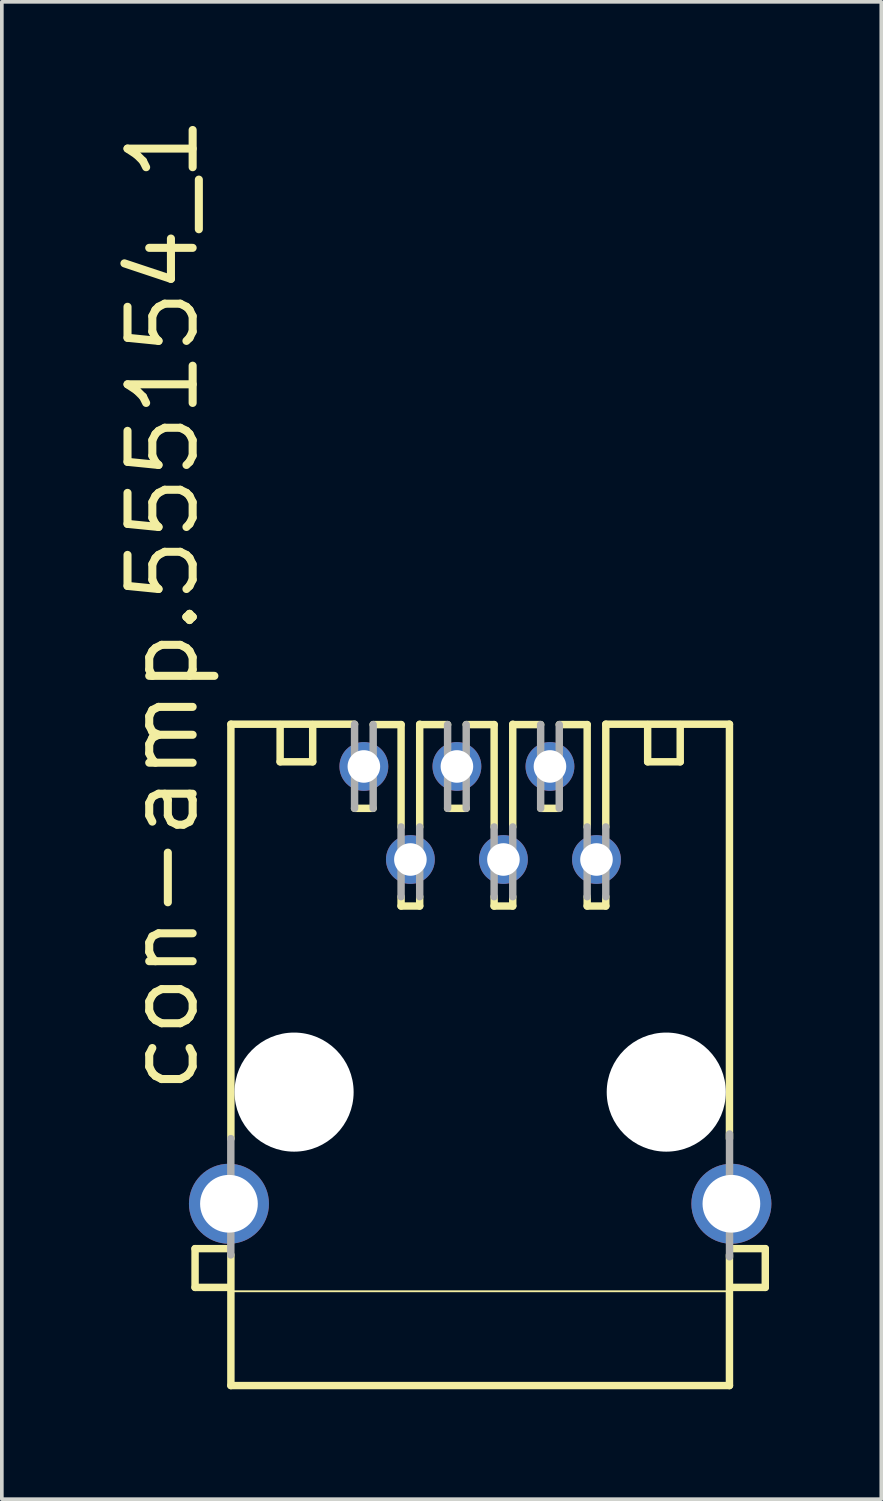
<source format=kicad_pcb>
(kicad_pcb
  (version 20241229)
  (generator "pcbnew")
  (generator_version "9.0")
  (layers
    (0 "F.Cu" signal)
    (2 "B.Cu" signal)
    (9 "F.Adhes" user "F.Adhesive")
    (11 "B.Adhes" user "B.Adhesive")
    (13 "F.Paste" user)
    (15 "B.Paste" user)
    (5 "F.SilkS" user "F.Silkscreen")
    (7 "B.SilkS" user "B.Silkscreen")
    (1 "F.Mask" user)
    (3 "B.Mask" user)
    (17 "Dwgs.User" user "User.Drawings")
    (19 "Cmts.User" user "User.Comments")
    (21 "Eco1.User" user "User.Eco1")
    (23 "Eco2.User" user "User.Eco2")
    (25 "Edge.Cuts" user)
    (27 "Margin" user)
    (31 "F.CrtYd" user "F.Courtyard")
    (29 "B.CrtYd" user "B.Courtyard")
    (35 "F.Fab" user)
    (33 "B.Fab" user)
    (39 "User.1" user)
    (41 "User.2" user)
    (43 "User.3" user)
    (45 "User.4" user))
  (footprint "con-amp.555154_1"
    (layer "F.Cu")
    (at 10.058 26.763)
    (property "Reference" "con-amp.555154_1" (at -7.62 0.127 90) (layer "F.SilkS") (effects (font (size 1.778 1.778) (thickness 0.22)) (justify left bottom)))
    (attr through_hole)
    (fp_line (start -7.783 4.273) (end -6.829 4.273) (stroke (width 0.203) (type default)) (layer "F.SilkS"))
    (fp_line (start -7.783 5.331) (end -7.783 4.273) (stroke (width 0.203) (type default)) (layer "F.SilkS"))
    (fp_line (start -6.858 5.436) (end 6.858 5.436) (stroke (width 0.051) (type default)) (layer "F.SilkS"))
    (fp_line (start -6.828 5.331) (end -7.783 5.331) (stroke (width 0.203) (type default)) (layer "F.SilkS"))
    (fp_line (start -6.805 -10.043) (end -3.429 -10.043) (stroke (width 0.203) (type default)) (layer "F.SilkS"))
    (fp_line (start -6.805 1.27) (end -6.805 -10.043) (stroke (width 0.203) (type default)) (layer "F.SilkS"))
    (fp_line (start -6.805 8.011) (end -6.805 4.445) (stroke (width 0.203) (type default)) (layer "F.SilkS"))
    (fp_line (start -5.461 -10.033) (end -5.461 -9.017) (stroke (width 0.203) (type default)) (layer "F.SilkS"))
    (fp_line (start -5.461 -9.017) (end -4.572 -9.017) (stroke (width 0.203) (type default)) (layer "F.SilkS"))
    (fp_line (start -4.572 -9.017) (end -4.572 -10.033) (stroke (width 0.203) (type default)) (layer "F.SilkS"))
    (fp_line (start -2.921 -10.033) (end -2.159 -10.033) (stroke (width 0.203) (type default)) (layer "F.SilkS"))
    (fp_line (start -2.921 -7.747) (end -3.429 -7.747) (stroke (width 0.203) (type default)) (layer "F.SilkS"))
    (fp_line (start -2.159 -7.239) (end -2.159 -10.033) (stroke (width 0.203) (type default)) (layer "F.SilkS"))
    (fp_line (start -2.159 -5.08) (end -2.159 -5.334) (stroke (width 0.203) (type default)) (layer "F.SilkS"))
    (fp_line (start -1.651 -10.033) (end -0.889 -10.033) (stroke (width 0.203) (type default)) (layer "F.SilkS"))
    (fp_line (start -1.651 -7.239) (end -1.651 -10.043) (stroke (width 0.203) (type default)) (layer "F.SilkS"))
    (fp_line (start -1.651 -5.08) (end -2.159 -5.08) (stroke (width 0.203) (type default)) (layer "F.SilkS"))
    (fp_line (start -1.651 -5.08) (end -1.651 -5.334) (stroke (width 0.203) (type default)) (layer "F.SilkS"))
    (fp_line (start -0.381 -10.033) (end 0.381 -10.033) (stroke (width 0.203) (type default)) (layer "F.SilkS"))
    (fp_line (start -0.381 -7.747) (end -0.889 -7.747) (stroke (width 0.203) (type default)) (layer "F.SilkS"))
    (fp_line (start 0.381 -7.239) (end 0.381 -10.033) (stroke (width 0.203) (type default)) (layer "F.SilkS"))
    (fp_line (start 0.381 -5.08) (end 0.381 -5.334) (stroke (width 0.203) (type default)) (layer "F.SilkS"))
    (fp_line (start 0.889 -10.033) (end 1.651 -10.033) (stroke (width 0.203) (type default)) (layer "F.SilkS"))
    (fp_line (start 0.889 -7.239) (end 0.889 -10.043) (stroke (width 0.203) (type default)) (layer "F.SilkS"))
    (fp_line (start 0.889 -5.08) (end 0.381 -5.08) (stroke (width 0.203) (type default)) (layer "F.SilkS"))
    (fp_line (start 0.889 -5.08) (end 0.889 -5.334) (stroke (width 0.203) (type default)) (layer "F.SilkS"))
    (fp_line (start 2.159 -10.033) (end 2.921 -10.033) (stroke (width 0.203) (type default)) (layer "F.SilkS"))
    (fp_line (start 2.159 -7.747) (end 1.651 -7.747) (stroke (width 0.203) (type default)) (layer "F.SilkS"))
    (fp_line (start 2.921 -7.239) (end 2.921 -10.033) (stroke (width 0.203) (type default)) (layer "F.SilkS"))
    (fp_line (start 2.921 -5.08) (end 2.921 -5.334) (stroke (width 0.203) (type default)) (layer "F.SilkS"))
    (fp_line (start 3.429 -10.043) (end 6.805 -10.043) (stroke (width 0.203) (type default)) (layer "F.SilkS"))
    (fp_line (start 3.429 -7.239) (end 3.429 -10.043) (stroke (width 0.203) (type default)) (layer "F.SilkS"))
    (fp_line (start 3.429 -5.08) (end 2.921 -5.08) (stroke (width 0.203) (type default)) (layer "F.SilkS"))
    (fp_line (start 3.429 -5.08) (end 3.429 -5.334) (stroke (width 0.203) (type default)) (layer "F.SilkS"))
    (fp_line (start 4.572 -9.017) (end 4.572 -10.033) (stroke (width 0.203) (type default)) (layer "F.SilkS"))
    (fp_line (start 5.461 -10.033) (end 5.461 -9.017) (stroke (width 0.203) (type default)) (layer "F.SilkS"))
    (fp_line (start 5.461 -9.017) (end 4.572 -9.017) (stroke (width 0.203) (type default)) (layer "F.SilkS"))
    (fp_line (start 6.805 -10.043) (end 6.805 1.27) (stroke (width 0.203) (type default)) (layer "F.SilkS"))
    (fp_line (start 6.805 4.445) (end 6.805 8.011) (stroke (width 0.203) (type default)) (layer "F.SilkS"))
    (fp_line (start 6.805 8.011) (end -6.805 8.011) (stroke (width 0.203) (type default)) (layer "F.SilkS"))
    (fp_line (start 6.853 5.331) (end 7.783 5.331) (stroke (width 0.203) (type default)) (layer "F.SilkS"))
    (fp_line (start 7.783 4.273) (end 6.854 4.273) (stroke (width 0.203) (type default)) (layer "F.SilkS"))
    (fp_line (start 7.783 5.331) (end 7.783 4.273) (stroke (width 0.203) (type default)) (layer "F.SilkS"))
    (fp_line (start -6.807 4.445) (end -6.807 1.27) (stroke (width 0.203) (type default)) (layer "F.Fab"))
    (fp_line (start -3.429 -10.043) (end -3.429 -7.747) (stroke (width 0.203) (type default)) (layer "F.Fab"))
    (fp_line (start -2.921 -10.033) (end -2.921 -7.747) (stroke (width 0.203) (type default)) (layer "F.Fab"))
    (fp_line (start -2.159 -7.239) (end -2.159 -5.334) (stroke (width 0.203) (type default)) (layer "F.Fab"))
    (fp_line (start -1.651 -7.239) (end -1.651 -5.334) (stroke (width 0.203) (type default)) (layer "F.Fab"))
    (fp_line (start -0.889 -10.033) (end -0.889 -7.747) (stroke (width 0.203) (type default)) (layer "F.Fab"))
    (fp_line (start -0.381 -10.033) (end -0.381 -7.747) (stroke (width 0.203) (type default)) (layer "F.Fab"))
    (fp_line (start 0.381 -7.239) (end 0.381 -5.334) (stroke (width 0.203) (type default)) (layer "F.Fab"))
    (fp_line (start 0.889 -7.239) (end 0.889 -5.334) (stroke (width 0.203) (type default)) (layer "F.Fab"))
    (fp_line (start 1.651 -10.033) (end 1.651 -7.747) (stroke (width 0.203) (type default)) (layer "F.Fab"))
    (fp_line (start 2.159 -10.033) (end 2.159 -7.747) (stroke (width 0.203) (type default)) (layer "F.Fab"))
    (fp_line (start 2.921 -7.239) (end 2.921 -5.334) (stroke (width 0.203) (type default)) (layer "F.Fab"))
    (fp_line (start 3.429 -7.239) (end 3.429 -5.334) (stroke (width 0.203) (type default)) (layer "F.Fab"))
    (fp_line (start 6.807 4.496) (end 6.807 1.143) (stroke (width 0.203) (type default)) (layer "F.Fab"))
    (pad "" np_thru_hole circle (at -5.08 0) (size 3.251 3.251) (drill 3.251) (layers "*.Cu" "*.Mask"))
    (pad "" np_thru_hole circle (at 5.08 0) (size 3.251 3.251) (drill 3.251) (layers "*.Cu" "*.Mask"))
    (pad "1" thru_hole circle (at -3.175 -8.89) (size 1.333 1.333) (drill 0.889) (layers "*.Cu" "*.Mask"))
    (pad "2" thru_hole circle (at -1.905 -6.35) (size 1.333 1.333) (drill 0.889) (layers "*.Cu" "*.Mask"))
    (pad "3" thru_hole circle (at -0.635 -8.89) (size 1.333 1.333) (drill 0.889) (layers "*.Cu" "*.Mask"))
    (pad "4" thru_hole circle (at 0.635 -6.35) (size 1.333 1.333) (drill 0.889) (layers "*.Cu" "*.Mask"))
    (pad "5" thru_hole circle (at 1.905 -8.89) (size 1.333 1.333) (drill 0.889) (layers "*.Cu" "*.Mask"))
    (pad "6" thru_hole circle (at 3.175 -6.35) (size 1.333 1.333) (drill 0.889) (layers "*.Cu" "*.Mask"))
    (pad "G1" thru_hole circle (at -6.858 3.048) (size 2.184 2.184) (drill 1.575) (layers "*.Cu" "*.Mask"))
    (pad "G2" thru_hole circle (at 6.858 3.048) (size 2.184 2.184) (drill 1.575) (layers "*.Cu" "*.Mask")))
  (gr_rect
    (start -3 -3)
    (end 21.008 37.875)
    (stroke (width 0.1) (type default))
    (fill no)
    (layer "Edge.Cuts")))
</source>
